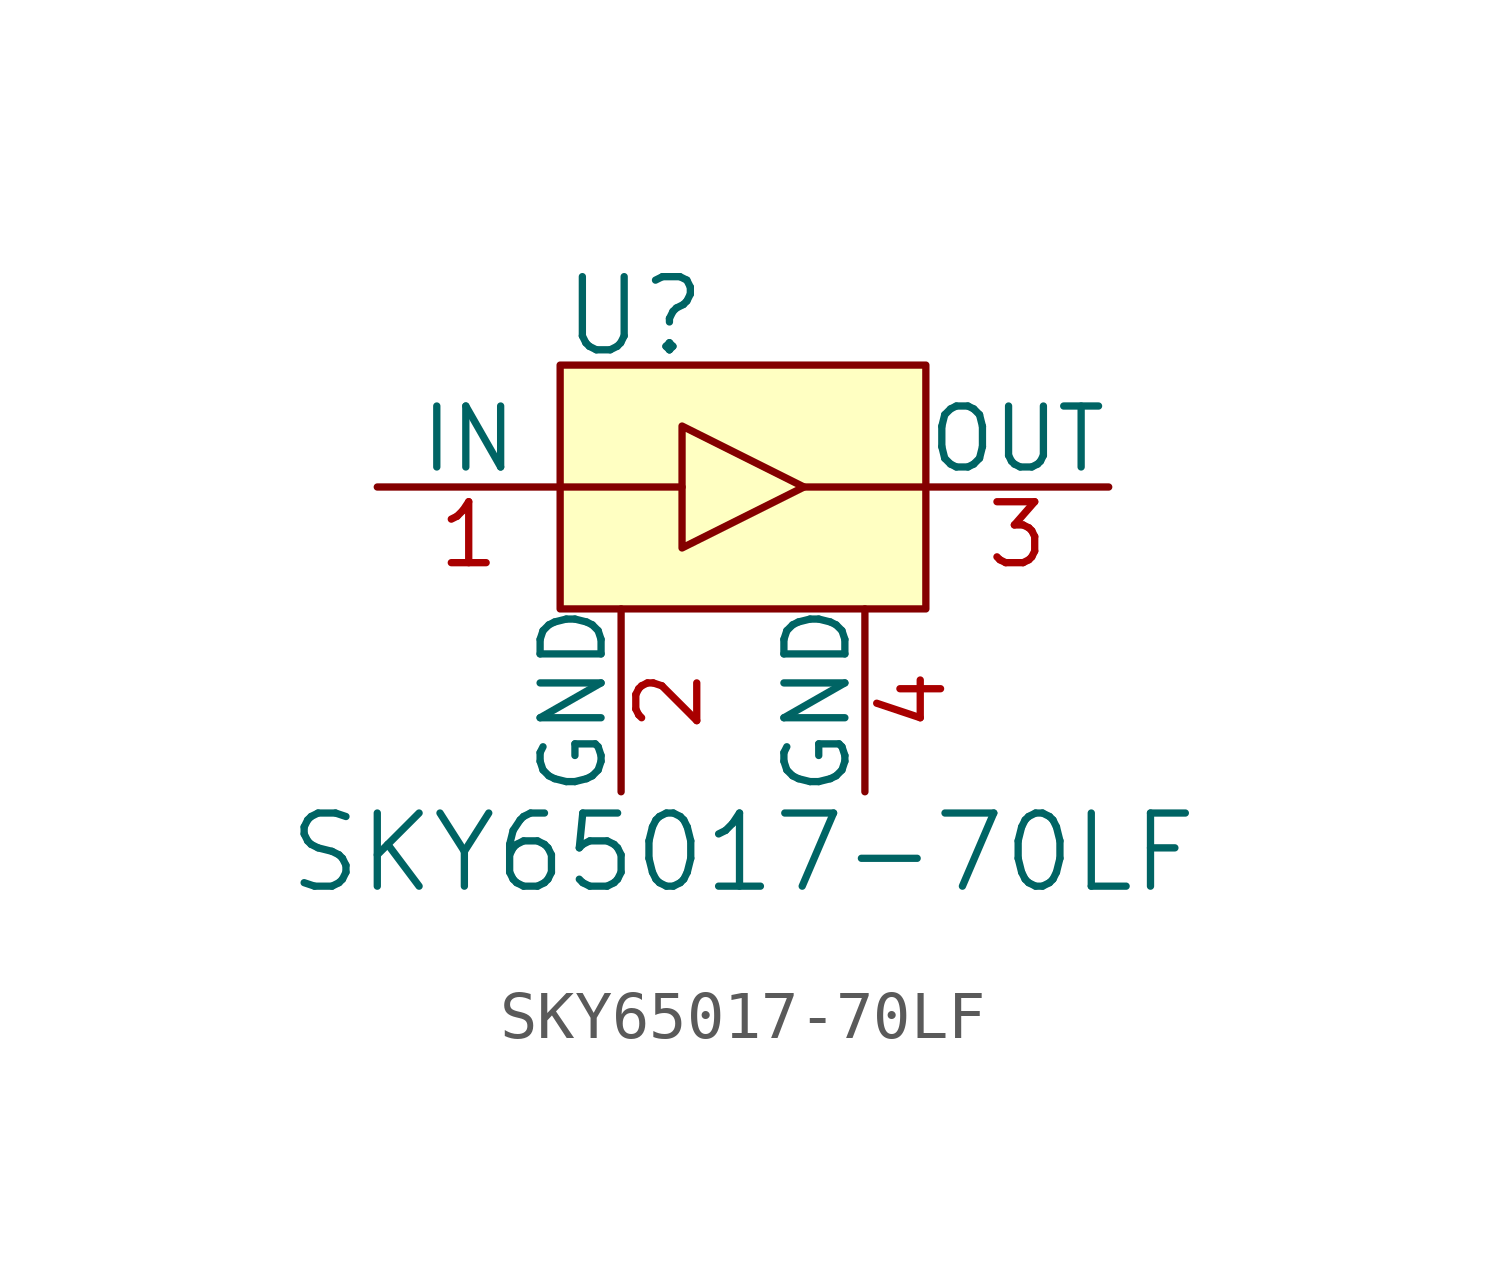
<source format=kicad_sym>
(kicad_symbol_lib
  (version 20201005)
  (generator kicad_symbol_editor)
  (symbol "SKY65017-70LF"
    (pin_names
      (offset 0))
    (property "Reference" "U"
      (at -3.81 4.826 0)
      (effects (font (size 1.524 1.524)) (justify left)))
    (property "Value" "SKY65017-70LF"
      (at 0 -6.35 0)
      (effects (font (size 1.524 1.524))))
    (symbol "SKY65017-70LF_0_1"
      (rectangle (start -3.81 3.81) (end 3.81 -1.27) (stroke (width 0)) (fill (type background)))
      (polyline (pts (xy -1.27 1.27) (xy -3.81 1.27)) (stroke (width 0)) (fill (type none)))
      (polyline (pts (xy 1.27 1.27) (xy 3.81 1.27)) (stroke (width 0)) (fill (type none)))
      (polyline (pts (xy -1.27 2.54) (xy -1.27 0) (xy 1.27 1.27) (xy -1.27 2.54)) (stroke (width 0)) (fill (type none))))
    (symbol "SKY65017-70LF_1_1"
      (pin input line (at -7.62 1.27 0) (length 3.81) (name "IN" (effects (font (size 1.27 1.27)))) (number "1" (effects (font (size 1.27 1.27)))))
      (pin power_in line (at -2.54 -5.08 90) (length 3.81) (name "GND" (effects (font (size 1.27 1.27)))) (number "2" (effects (font (size 1.27 1.27)))))
      (pin output line (at 7.62 1.27 180) (length 3.81) (name "OUT" (effects (font (size 1.27 1.27)))) (number "3" (effects (font (size 1.27 1.27)))))
      (pin power_in line (at 2.54 -5.08 90) (length 3.81) (name "GND" (effects (font (size 1.27 1.27)))) (number "4" (effects (font (size 1.27 1.27))))))))
</source>
